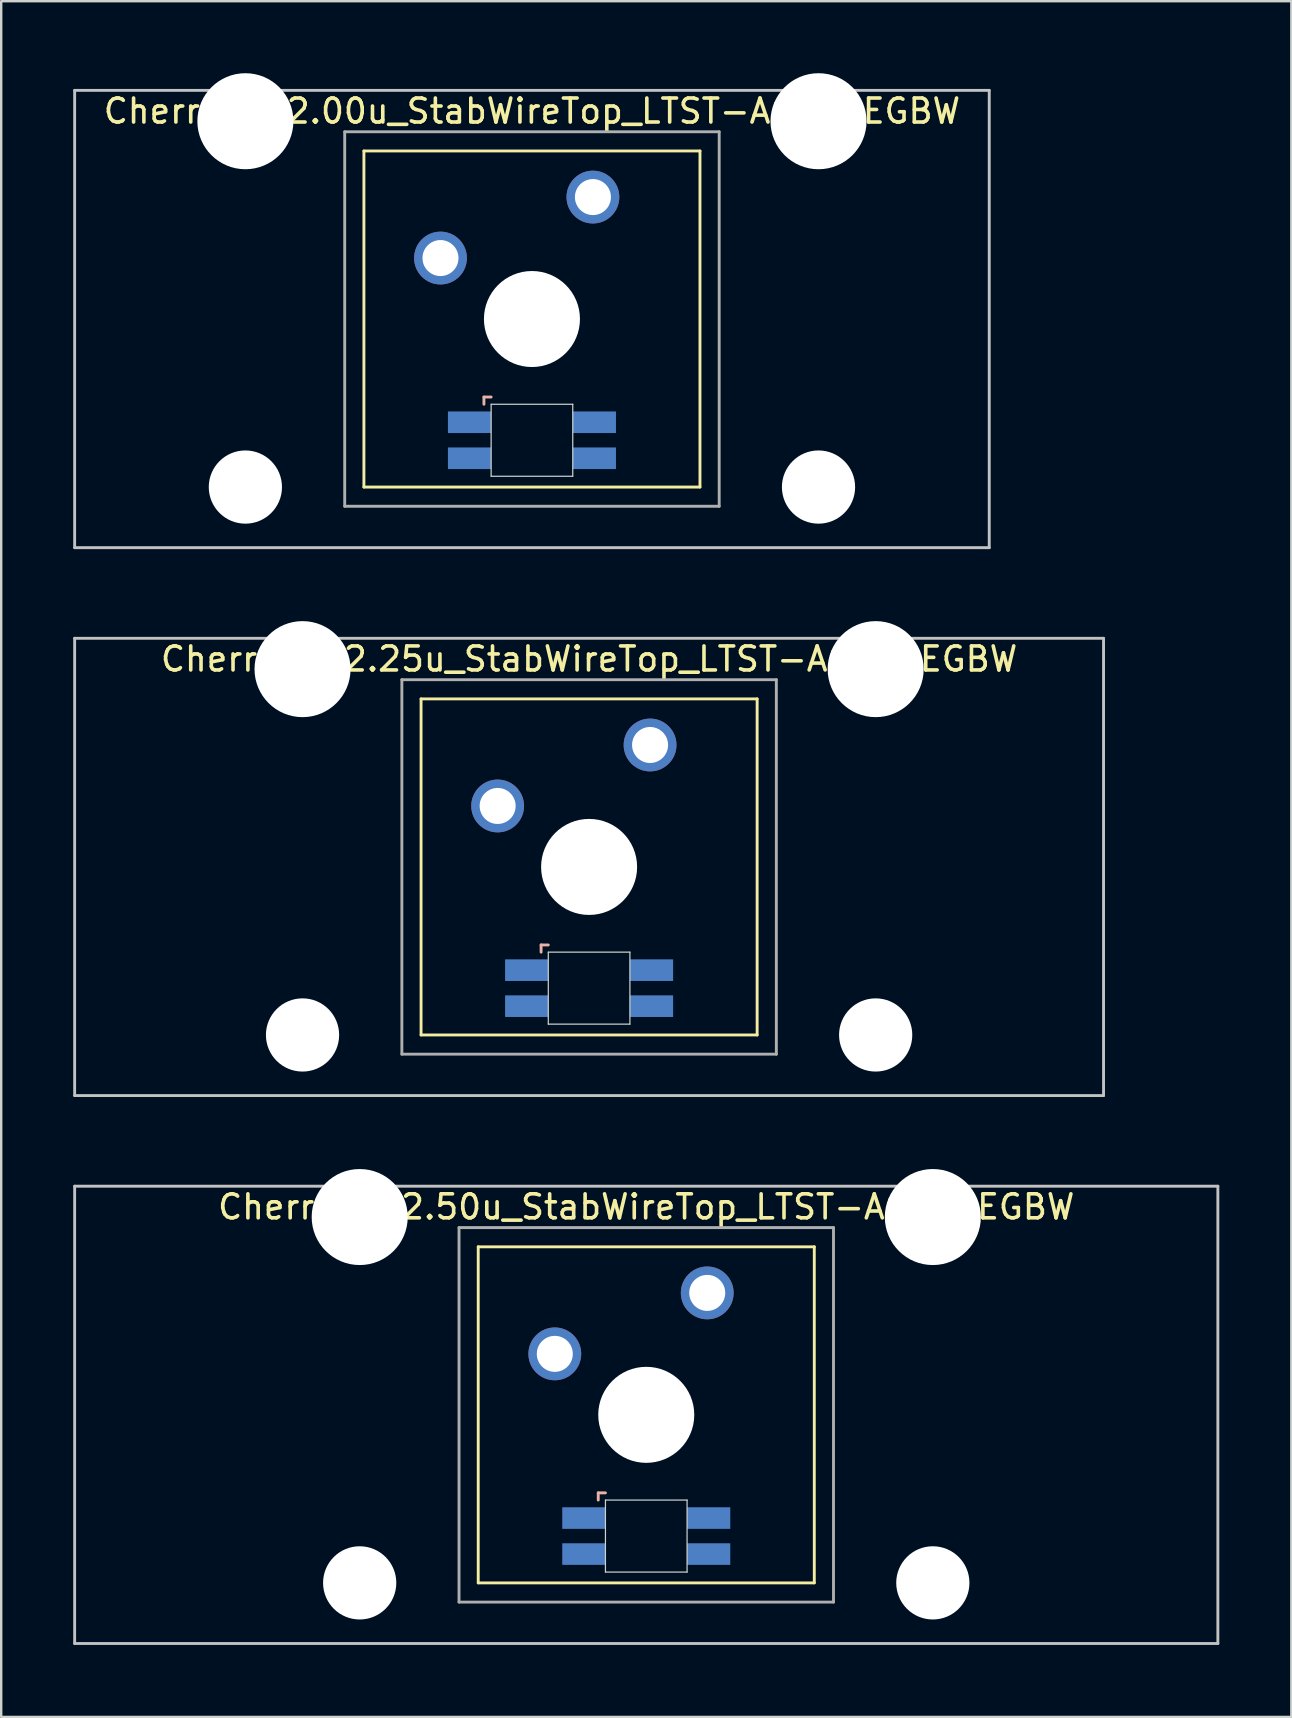
<source format=kicad_pcb>
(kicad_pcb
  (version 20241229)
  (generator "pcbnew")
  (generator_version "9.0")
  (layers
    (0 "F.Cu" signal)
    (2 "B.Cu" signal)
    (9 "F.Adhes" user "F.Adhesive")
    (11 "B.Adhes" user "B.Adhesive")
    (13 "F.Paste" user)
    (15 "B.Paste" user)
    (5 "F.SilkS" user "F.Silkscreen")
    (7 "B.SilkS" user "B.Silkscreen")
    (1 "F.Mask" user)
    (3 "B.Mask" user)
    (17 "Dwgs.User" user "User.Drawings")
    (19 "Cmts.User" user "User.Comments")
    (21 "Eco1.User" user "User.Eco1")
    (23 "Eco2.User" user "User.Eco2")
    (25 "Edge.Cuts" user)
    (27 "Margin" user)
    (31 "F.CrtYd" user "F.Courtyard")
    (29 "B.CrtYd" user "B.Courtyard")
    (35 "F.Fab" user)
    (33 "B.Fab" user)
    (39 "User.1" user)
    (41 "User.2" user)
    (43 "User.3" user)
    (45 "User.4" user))
  (footprint "CherryMX_2.00u_StabWireTop_LTST-A683CEGBW"
    (layer "F.Cu")
    (at 19.11 10.24)
    (property "Reference" "CherryMX_2.00u_StabWireTop_LTST-A683CEGBW" (at 0 -8.662 0) (layer "F.SilkS") (effects (font (size 1 1) (thickness 0.15))))
    (attr through_hole)
    (fp_line (start -7 -7) (end -7 7) (stroke (width 0.12) (type solid)) (layer "F.SilkS"))
    (fp_line (start -7 -7) (end 7 -7) (stroke (width 0.12) (type solid)) (layer "F.SilkS"))
    (fp_line (start 7 -7) (end 7 7) (stroke (width 0.12) (type solid)) (layer "F.SilkS"))
    (fp_line (start 7 7) (end -7 7) (stroke (width 0.12) (type solid)) (layer "F.SilkS"))
    (fp_line (start -2 3.25) (end -2 3.55) (stroke (width 0.12) (type solid)) (layer "B.SilkS"))
    (fp_line (start -1.7 3.25) (end -2 3.25) (stroke (width 0.12) (type solid)) (layer "B.SilkS"))
    (fp_line (start -19.05 -9.525) (end 19.05 -9.525) (stroke (width 0.12) (type solid)) (layer "Dwgs.User"))
    (fp_line (start -19.05 9.525) (end -19.05 -9.525) (stroke (width 0.12) (type solid)) (layer "Dwgs.User"))
    (fp_line (start 19.05 -9.525) (end 19.05 9.525) (stroke (width 0.12) (type solid)) (layer "Dwgs.User"))
    (fp_line (start 19.05 9.525) (end -19.05 9.525) (stroke (width 0.12) (type solid)) (layer "Dwgs.User"))
    (fp_line (start -1.7 3.55) (end 1.7 3.55) (stroke (width 0.05) (type solid)) (layer "Edge.Cuts"))
    (fp_line (start -1.7 6.55) (end -1.7 3.55) (stroke (width 0.05) (type solid)) (layer "Edge.Cuts"))
    (fp_line (start 1.7 3.55) (end 1.7 6.55) (stroke (width 0.05) (type solid)) (layer "Edge.Cuts"))
    (fp_line (start 1.7 6.55) (end -1.7 6.55) (stroke (width 0.05) (type solid)) (layer "Edge.Cuts"))
    (fp_line (start -7.8 -7.8) (end -7.8 7.8) (stroke (width 0.12) (type solid)) (layer "F.Fab"))
    (fp_line (start -7.8 -7.8) (end 7.8 -7.8) (stroke (width 0.12) (type solid)) (layer "F.Fab"))
    (fp_line (start -7.8 7.8) (end 7.8 7.8) (stroke (width 0.12) (type solid)) (layer "F.Fab"))
    (fp_line (start 7.8 -7.8) (end 7.8 7.8) (stroke (width 0.12) (type solid)) (layer "F.Fab"))
    (pad "" np_thru_hole circle (at -11.938 -8.24) (size 4 4) (drill 4) (layers "*.Cu" "*.Mask"))
    (pad "" np_thru_hole circle (at -11.938 7) (size 3.05 3.05) (drill 3.05) (layers "*.Cu" "*.Mask"))
    (pad "" np_thru_hole circle (at 0 0) (size 4 4) (drill 4) (layers "*.Cu" "*.Mask"))
    (pad "" np_thru_hole circle (at 11.938 -8.24) (size 4 4) (drill 4) (layers "*.Cu" "*.Mask"))
    (pad "" np_thru_hole circle (at 11.938 7) (size 3.05 3.05) (drill 3.05) (layers "*.Cu" "*.Mask"))
    (pad "1" thru_hole circle (at -3.81 -2.54) (size 2.2 2.2) (drill 1.5) (layers "*.Cu" "*.Mask"))
    (pad "2" thru_hole circle (at 2.54 -5.08) (size 2.2 2.2) (drill 1.5) (layers "*.Cu" "*.Mask"))
    (pad "3" smd rect (at -2.6 4.3) (size 1.8 0.9) (layers "B.Cu" "B.Mask" "B.Paste"))
    (pad "4" smd rect (at -2.6 5.8) (size 1.8 0.9) (layers "B.Cu" "B.Mask" "B.Paste"))
    (pad "5" smd rect (at 2.6 4.3) (size 1.8 0.9) (layers "B.Cu" "B.Mask" "B.Paste"))
    (pad "6" smd rect (at 2.6 5.8) (size 1.8 0.9) (layers "B.Cu" "B.Mask" "B.Paste")))
  (footprint "CherryMX_2.25u_StabWireTop_LTST-A683CEGBW"
    (layer "F.Cu")
    (at 21.491 33.065)
    (property "Reference" "CherryMX_2.25u_StabWireTop_LTST-A683CEGBW" (at 0 -8.662 0) (layer "F.SilkS") (effects (font (size 1 1) (thickness 0.15))))
    (attr through_hole)
    (fp_line (start -7 -7) (end -7 7) (stroke (width 0.12) (type solid)) (layer "F.SilkS"))
    (fp_line (start -7 -7) (end 7 -7) (stroke (width 0.12) (type solid)) (layer "F.SilkS"))
    (fp_line (start 7 -7) (end 7 7) (stroke (width 0.12) (type solid)) (layer "F.SilkS"))
    (fp_line (start 7 7) (end -7 7) (stroke (width 0.12) (type solid)) (layer "F.SilkS"))
    (fp_line (start -2 3.25) (end -2 3.55) (stroke (width 0.12) (type solid)) (layer "B.SilkS"))
    (fp_line (start -1.7 3.25) (end -2 3.25) (stroke (width 0.12) (type solid)) (layer "B.SilkS"))
    (fp_line (start -21.431 -9.525) (end 21.431 -9.525) (stroke (width 0.12) (type solid)) (layer "Dwgs.User"))
    (fp_line (start -21.431 9.525) (end -21.431 -9.525) (stroke (width 0.12) (type solid)) (layer "Dwgs.User"))
    (fp_line (start 21.431 -9.525) (end 21.431 9.525) (stroke (width 0.12) (type solid)) (layer "Dwgs.User"))
    (fp_line (start 21.431 9.525) (end -21.431 9.525) (stroke (width 0.12) (type solid)) (layer "Dwgs.User"))
    (fp_line (start -1.7 3.55) (end 1.7 3.55) (stroke (width 0.05) (type solid)) (layer "Edge.Cuts"))
    (fp_line (start -1.7 6.55) (end -1.7 3.55) (stroke (width 0.05) (type solid)) (layer "Edge.Cuts"))
    (fp_line (start 1.7 3.55) (end 1.7 6.55) (stroke (width 0.05) (type solid)) (layer "Edge.Cuts"))
    (fp_line (start 1.7 6.55) (end -1.7 6.55) (stroke (width 0.05) (type solid)) (layer "Edge.Cuts"))
    (fp_line (start -7.8 -7.8) (end -7.8 7.8) (stroke (width 0.12) (type solid)) (layer "F.Fab"))
    (fp_line (start -7.8 -7.8) (end 7.8 -7.8) (stroke (width 0.12) (type solid)) (layer "F.Fab"))
    (fp_line (start -7.8 7.8) (end 7.8 7.8) (stroke (width 0.12) (type solid)) (layer "F.Fab"))
    (fp_line (start 7.8 -7.8) (end 7.8 7.8) (stroke (width 0.12) (type solid)) (layer "F.Fab"))
    (pad "" np_thru_hole circle (at -11.938 -8.24) (size 4 4) (drill 4) (layers "*.Cu" "*.Mask"))
    (pad "" np_thru_hole circle (at -11.938 7) (size 3.05 3.05) (drill 3.05) (layers "*.Cu" "*.Mask"))
    (pad "" np_thru_hole circle (at 0 0) (size 4 4) (drill 4) (layers "*.Cu" "*.Mask"))
    (pad "" np_thru_hole circle (at 11.938 -8.24) (size 4 4) (drill 4) (layers "*.Cu" "*.Mask"))
    (pad "" np_thru_hole circle (at 11.938 7) (size 3.05 3.05) (drill 3.05) (layers "*.Cu" "*.Mask"))
    (pad "1" thru_hole circle (at -3.81 -2.54) (size 2.2 2.2) (drill 1.5) (layers "*.Cu" "*.Mask"))
    (pad "2" thru_hole circle (at 2.54 -5.08) (size 2.2 2.2) (drill 1.5) (layers "*.Cu" "*.Mask"))
    (pad "3" smd rect (at -2.6 4.3) (size 1.8 0.9) (layers "B.Cu" "B.Mask" "B.Paste"))
    (pad "4" smd rect (at -2.6 5.8) (size 1.8 0.9) (layers "B.Cu" "B.Mask" "B.Paste"))
    (pad "5" smd rect (at 2.6 4.3) (size 1.8 0.9) (layers "B.Cu" "B.Mask" "B.Paste"))
    (pad "6" smd rect (at 2.6 5.8) (size 1.8 0.9) (layers "B.Cu" "B.Mask" "B.Paste")))
  (footprint "CherryMX_2.50u_StabWireTop_LTST-A683CEGBW"
    (layer "F.Cu")
    (at 23.872 55.89)
    (property "Reference" "CherryMX_2.50u_StabWireTop_LTST-A683CEGBW" (at 0 -8.662 0) (layer "F.SilkS") (effects (font (size 1 1) (thickness 0.15))))
    (attr through_hole)
    (fp_line (start -7 -7) (end -7 7) (stroke (width 0.12) (type solid)) (layer "F.SilkS"))
    (fp_line (start -7 -7) (end 7 -7) (stroke (width 0.12) (type solid)) (layer "F.SilkS"))
    (fp_line (start 7 -7) (end 7 7) (stroke (width 0.12) (type solid)) (layer "F.SilkS"))
    (fp_line (start 7 7) (end -7 7) (stroke (width 0.12) (type solid)) (layer "F.SilkS"))
    (fp_line (start -2 3.25) (end -2 3.55) (stroke (width 0.12) (type solid)) (layer "B.SilkS"))
    (fp_line (start -1.7 3.25) (end -2 3.25) (stroke (width 0.12) (type solid)) (layer "B.SilkS"))
    (fp_line (start -23.812 -9.525) (end 23.812 -9.525) (stroke (width 0.12) (type solid)) (layer "Dwgs.User"))
    (fp_line (start -23.812 9.525) (end -23.812 -9.525) (stroke (width 0.12) (type solid)) (layer "Dwgs.User"))
    (fp_line (start 23.812 -9.525) (end 23.812 9.525) (stroke (width 0.12) (type solid)) (layer "Dwgs.User"))
    (fp_line (start 23.812 9.525) (end -23.812 9.525) (stroke (width 0.12) (type solid)) (layer "Dwgs.User"))
    (fp_line (start -1.7 3.55) (end 1.7 3.55) (stroke (width 0.05) (type solid)) (layer "Edge.Cuts"))
    (fp_line (start -1.7 6.55) (end -1.7 3.55) (stroke (width 0.05) (type solid)) (layer "Edge.Cuts"))
    (fp_line (start 1.7 3.55) (end 1.7 6.55) (stroke (width 0.05) (type solid)) (layer "Edge.Cuts"))
    (fp_line (start 1.7 6.55) (end -1.7 6.55) (stroke (width 0.05) (type solid)) (layer "Edge.Cuts"))
    (fp_line (start -7.8 -7.8) (end -7.8 7.8) (stroke (width 0.12) (type solid)) (layer "F.Fab"))
    (fp_line (start -7.8 -7.8) (end 7.8 -7.8) (stroke (width 0.12) (type solid)) (layer "F.Fab"))
    (fp_line (start -7.8 7.8) (end 7.8 7.8) (stroke (width 0.12) (type solid)) (layer "F.Fab"))
    (fp_line (start 7.8 -7.8) (end 7.8 7.8) (stroke (width 0.12) (type solid)) (layer "F.Fab"))
    (pad "" np_thru_hole circle (at -11.938 -8.24) (size 4 4) (drill 4) (layers "*.Cu" "*.Mask"))
    (pad "" np_thru_hole circle (at -11.938 7) (size 3.05 3.05) (drill 3.05) (layers "*.Cu" "*.Mask"))
    (pad "" np_thru_hole circle (at 0 0) (size 4 4) (drill 4) (layers "*.Cu" "*.Mask"))
    (pad "" np_thru_hole circle (at 11.938 -8.24) (size 4 4) (drill 4) (layers "*.Cu" "*.Mask"))
    (pad "" np_thru_hole circle (at 11.938 7) (size 3.05 3.05) (drill 3.05) (layers "*.Cu" "*.Mask"))
    (pad "1" thru_hole circle (at -3.81 -2.54) (size 2.2 2.2) (drill 1.5) (layers "*.Cu" "*.Mask"))
    (pad "2" thru_hole circle (at 2.54 -5.08) (size 2.2 2.2) (drill 1.5) (layers "*.Cu" "*.Mask"))
    (pad "3" smd rect (at -2.6 4.3) (size 1.8 0.9) (layers "B.Cu" "B.Mask" "B.Paste"))
    (pad "4" smd rect (at -2.6 5.8) (size 1.8 0.9) (layers "B.Cu" "B.Mask" "B.Paste"))
    (pad "5" smd rect (at 2.6 4.3) (size 1.8 0.9) (layers "B.Cu" "B.Mask" "B.Paste"))
    (pad "6" smd rect (at 2.6 5.8) (size 1.8 0.9) (layers "B.Cu" "B.Mask" "B.Paste")))
  (gr_rect
    (start -3 -3)
    (end 50.745 68.475)
    (stroke (width 0.1) (type default))
    (fill no)
    (layer "Edge.Cuts")))
</source>
